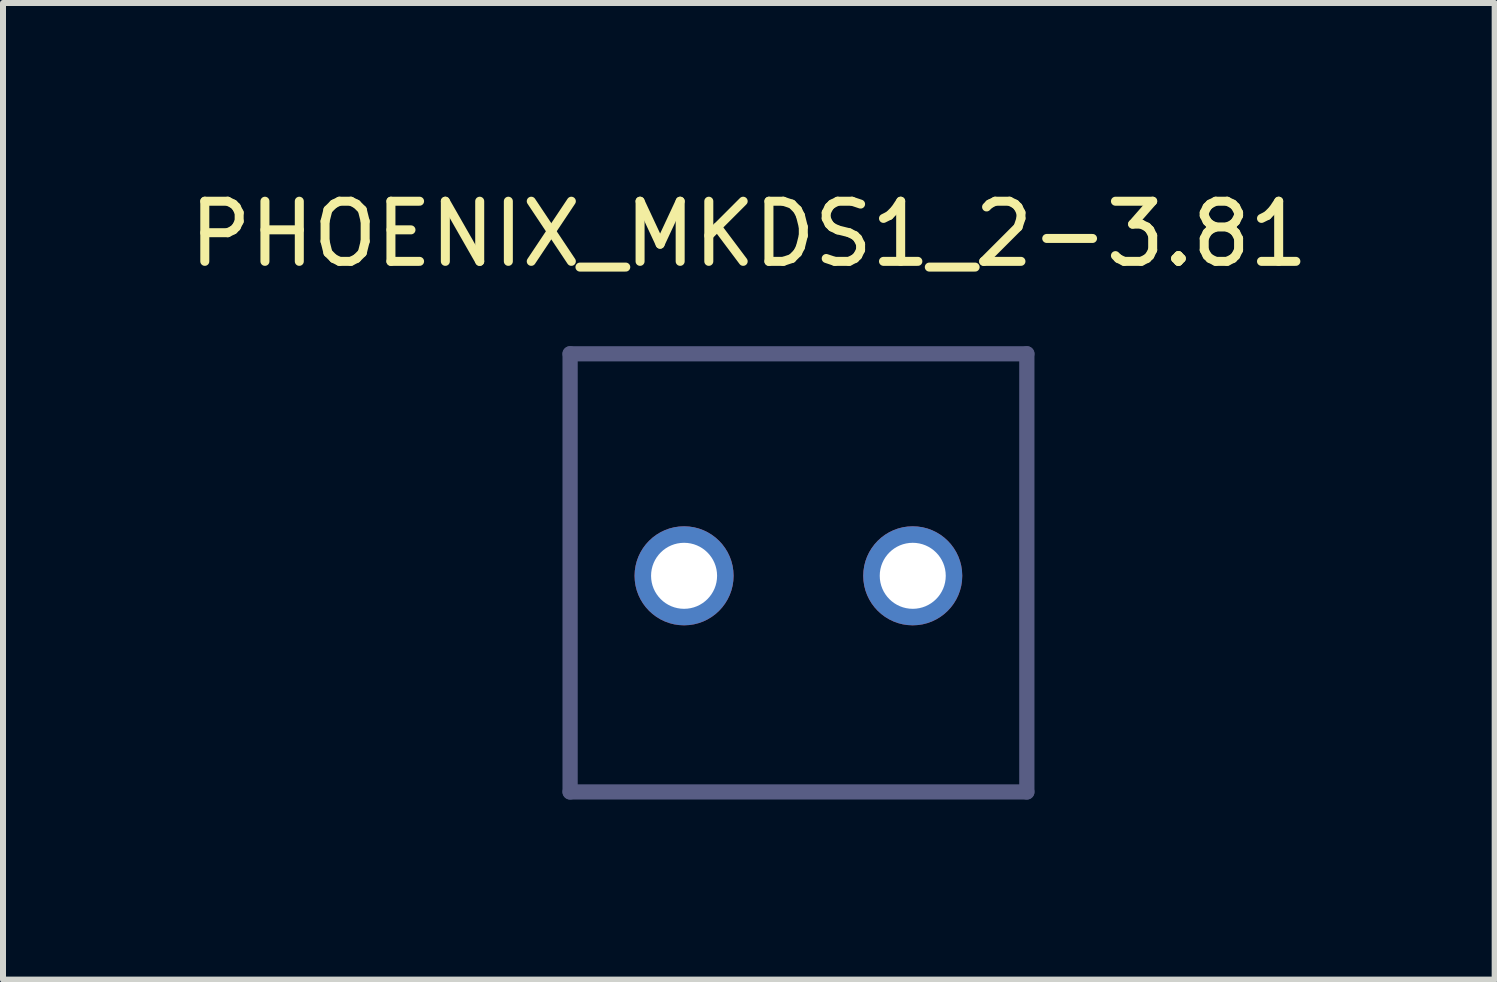
<source format=kicad_pcb>
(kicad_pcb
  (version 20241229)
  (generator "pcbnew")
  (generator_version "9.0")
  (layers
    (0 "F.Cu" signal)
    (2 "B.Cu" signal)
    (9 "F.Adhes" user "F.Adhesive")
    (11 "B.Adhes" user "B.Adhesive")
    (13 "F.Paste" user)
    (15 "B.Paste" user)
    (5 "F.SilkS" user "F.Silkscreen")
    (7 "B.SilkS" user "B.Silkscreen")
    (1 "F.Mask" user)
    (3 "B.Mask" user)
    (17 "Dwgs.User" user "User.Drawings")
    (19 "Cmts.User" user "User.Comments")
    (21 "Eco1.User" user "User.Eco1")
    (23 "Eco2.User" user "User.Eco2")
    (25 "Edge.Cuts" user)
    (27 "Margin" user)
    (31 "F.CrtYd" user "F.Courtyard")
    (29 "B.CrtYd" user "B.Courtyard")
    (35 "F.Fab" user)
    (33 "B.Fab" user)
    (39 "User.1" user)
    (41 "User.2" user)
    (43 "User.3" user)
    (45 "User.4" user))
  (footprint "PHOENIX_MKDS1_2-3.81"
    (layer "F.Cu")
    (at 10.254 6.494)
    (property "Reference" "PHOENIX_MKDS1_2-3.81" (at -0.826 -5.645 0) (layer "F.SilkS") (effects (font (size 1.002 1.002) (thickness 0.15))))
    (attr through_hole)
    (fp_line (start -3.805 -3.649) (end -3.805 3.651) (stroke (width 0.254) (type solid)) (layer "B.Fab"))
    (fp_line (start -3.805 3.651) (end 3.805 3.651) (stroke (width 0.254) (type solid)) (layer "B.Fab"))
    (fp_line (start 3.805 -3.649) (end -3.805 -3.649) (stroke (width 0.254) (type solid)) (layer "B.Fab"))
    (fp_line (start 3.805 3.651) (end 3.805 -3.649) (stroke (width 0.254) (type solid)) (layer "B.Fab"))
    (pad "1" thru_hole circle (at -1.906 0.05) (size 1.65 1.65) (drill 1.1) (layers "*.Cu" "*.Mask"))
    (pad "2" thru_hole circle (at 1.904 0.05) (size 1.65 1.65) (drill 1.1) (layers "*.Cu" "*.Mask")))
  (gr_rect
    (start -3 -3)
    (end 21.854 13.272)
    (stroke (width 0.1) (type default))
    (fill no)
    (layer "Edge.Cuts")))
</source>
